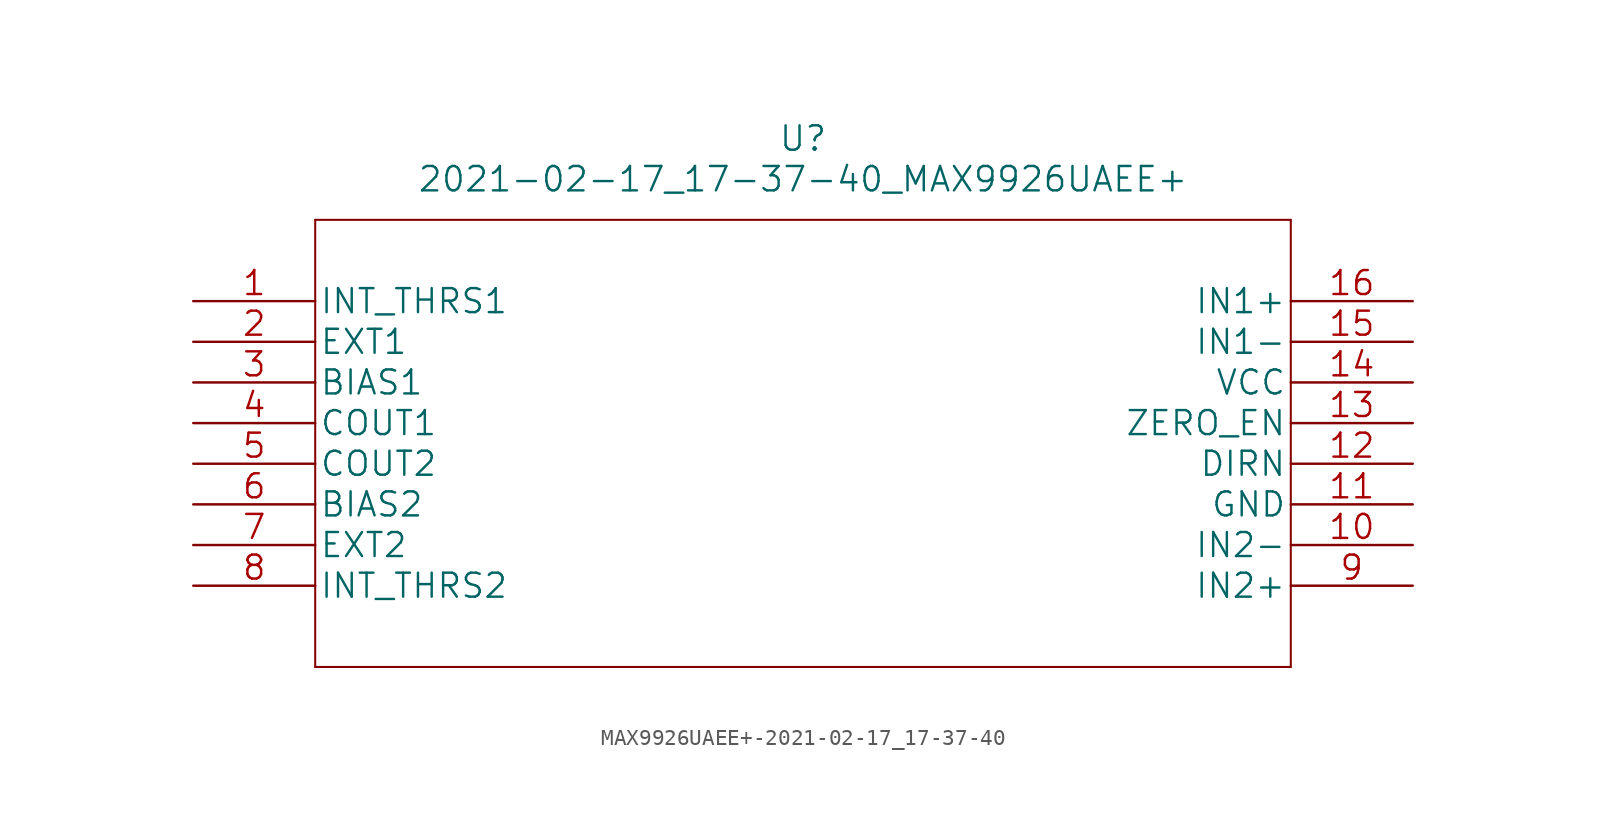
<source format=kicad_sym>
(kicad_symbol_lib
  (version 20231120)
  (generator "kicad_symbol_editor")
  (generator_version "8.0")
  (symbol "MAX9926UAEE+-2021-02-17_17-37-40"
    (pin_names
      (offset 0.254))
    (property "Reference" "U"
      (at 38.1 10.16 0)
      (effects (font (size 1.524 1.524))))
    (property "Value" "2021-02-17_17-37-40_MAX9926UAEE+"
      (at 38.1 7.62 0)
      (effects (font (size 1.524 1.524))))
    (property "Datasheet" ""
      (at 0 0 0)
      (effects (font (size 1.524 1.524))))
    (property "ki_locked" ""
      (at 0 0 0)
      (effects (font (size 1.27 1.27))))
    (symbol "MAX9926UAEE+-2021-02-17_17-37-40_1_1"
      (polyline (pts (xy 7.62 -22.86) (xy 68.58 -22.86)) (stroke (width 0.127) (type solid)) (fill (type none)))
      (polyline (pts (xy 7.62 5.08) (xy 7.62 -22.86)) (stroke (width 0.127) (type solid)) (fill (type none)))
      (polyline (pts (xy 68.58 -22.86) (xy 68.58 5.08)) (stroke (width 0.127) (type solid)) (fill (type none)))
      (polyline (pts (xy 68.58 5.08) (xy 7.62 5.08)) (stroke (width 0.127) (type solid)) (fill (type none)))
      (pin unspecified line (at 0 0 0) (length 7.62) (name "INT_THRS1" (effects (font (size 1.499 1.499)))) (number "1" (effects (font (size 1.499 1.499)))))
      (pin input line (at 76.2 -15.24 180) (length 7.62) (name "IN2-" (effects (font (size 1.499 1.499)))) (number "10" (effects (font (size 1.499 1.499)))))
      (pin power_in line (at 76.2 -12.7 180) (length 7.62) (name "GND" (effects (font (size 1.499 1.499)))) (number "11" (effects (font (size 1.499 1.499)))))
      (pin output line (at 76.2 -10.16 180) (length 7.62) (name "DIRN" (effects (font (size 1.499 1.499)))) (number "12" (effects (font (size 1.499 1.499)))))
      (pin unspecified line (at 76.2 -7.62 180) (length 7.62) (name "ZERO_EN" (effects (font (size 1.499 1.499)))) (number "13" (effects (font (size 1.499 1.499)))))
      (pin power_in line (at 76.2 -5.08 180) (length 7.62) (name "VCC" (effects (font (size 1.499 1.499)))) (number "14" (effects (font (size 1.499 1.499)))))
      (pin input line (at 76.2 -2.54 180) (length 7.62) (name "IN1-" (effects (font (size 1.499 1.499)))) (number "15" (effects (font (size 1.499 1.499)))))
      (pin input line (at 76.2 0 180) (length 7.62) (name "IN1+" (effects (font (size 1.499 1.499)))) (number "16" (effects (font (size 1.499 1.499)))))
      (pin input line (at 0 -2.54 0) (length 7.62) (name "EXT1" (effects (font (size 1.499 1.499)))) (number "2" (effects (font (size 1.499 1.499)))))
      (pin input line (at 0 -5.08 0) (length 7.62) (name "BIAS1" (effects (font (size 1.499 1.499)))) (number "3" (effects (font (size 1.499 1.499)))))
      (pin output line (at 0 -7.62 0) (length 7.62) (name "COUT1" (effects (font (size 1.499 1.499)))) (number "4" (effects (font (size 1.499 1.499)))))
      (pin output line (at 0 -10.16 0) (length 7.62) (name "COUT2" (effects (font (size 1.499 1.499)))) (number "5" (effects (font (size 1.499 1.499)))))
      (pin input line (at 0 -12.7 0) (length 7.62) (name "BIAS2" (effects (font (size 1.499 1.499)))) (number "6" (effects (font (size 1.499 1.499)))))
      (pin input line (at 0 -15.24 0) (length 7.62) (name "EXT2" (effects (font (size 1.499 1.499)))) (number "7" (effects (font (size 1.499 1.499)))))
      (pin unspecified line (at 0 -17.78 0) (length 7.62) (name "INT_THRS2" (effects (font (size 1.499 1.499)))) (number "8" (effects (font (size 1.499 1.499)))))
      (pin input line (at 76.2 -17.78 180) (length 7.62) (name "IN2+" (effects (font (size 1.499 1.499)))) (number "9" (effects (font (size 1.499 1.499))))))))
</source>
